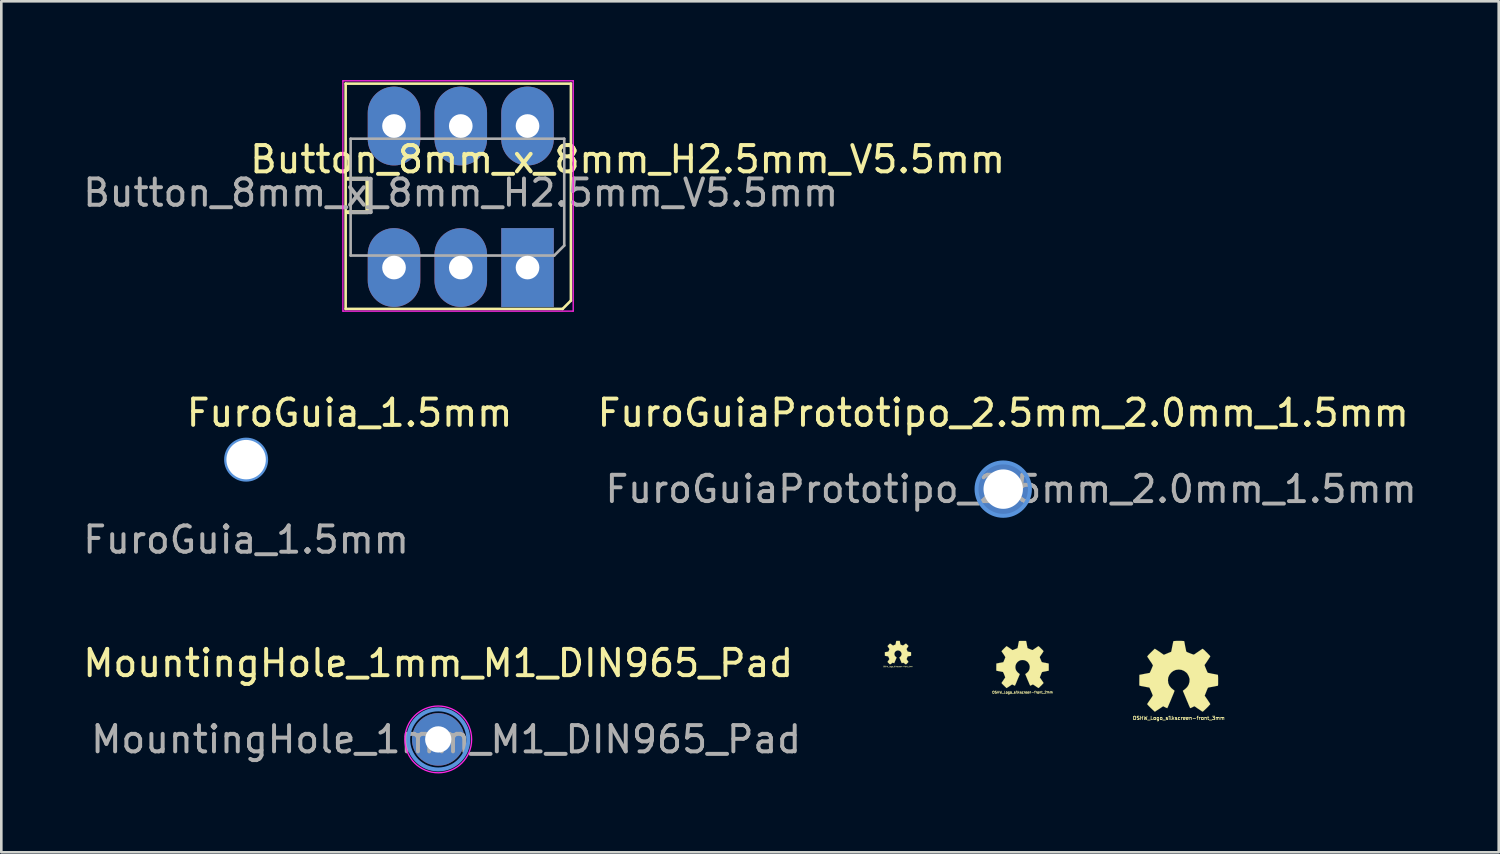
<source format=kicad_pcb>
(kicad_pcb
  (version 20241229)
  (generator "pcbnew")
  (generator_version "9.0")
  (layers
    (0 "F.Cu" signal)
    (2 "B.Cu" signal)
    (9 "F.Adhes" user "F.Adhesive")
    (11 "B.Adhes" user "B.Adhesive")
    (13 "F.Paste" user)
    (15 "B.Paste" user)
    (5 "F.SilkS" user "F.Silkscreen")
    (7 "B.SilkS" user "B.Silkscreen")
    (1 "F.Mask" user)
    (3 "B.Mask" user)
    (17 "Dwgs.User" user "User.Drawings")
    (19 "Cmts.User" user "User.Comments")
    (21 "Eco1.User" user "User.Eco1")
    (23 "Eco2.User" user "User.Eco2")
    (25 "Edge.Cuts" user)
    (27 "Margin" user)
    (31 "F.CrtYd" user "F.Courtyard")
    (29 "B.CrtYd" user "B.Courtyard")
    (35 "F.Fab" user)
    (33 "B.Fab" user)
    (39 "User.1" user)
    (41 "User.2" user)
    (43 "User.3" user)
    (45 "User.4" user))
  (footprint "OSHW_Logo_silkscreen-front_3mm"
    (layer "F.Cu")
    (at 41.799 22.683)
    (property "Reference" "OSHW_Logo_silkscreen-front_3mm" (at 0 1.59 0) (layer "F.SilkS") (effects (font (size 0.135 0.135) (thickness 0.025))))
    (attr through_hole)
    (fp_poly (pts (xy -0.909 1.346) (xy -0.892 1.339) (xy -0.859 1.316) (xy -0.808 1.283) (xy -0.749 1.245) (xy -0.688 1.204) (xy -0.64 1.171) (xy -0.605 1.148) (xy -0.592 1.14) (xy -0.584 1.143) (xy -0.556 1.158) (xy -0.516 1.179) (xy -0.49 1.191) (xy -0.452 1.206) (xy -0.434 1.212) (xy -0.432 1.206) (xy -0.417 1.176) (xy -0.396 1.128) (xy -0.368 1.062) (xy -0.335 0.986) (xy -0.3 0.904) (xy -0.267 0.82) (xy -0.234 0.742) (xy -0.203 0.668) (xy -0.18 0.61) (xy -0.165 0.569) (xy -0.157 0.551) (xy -0.16 0.549) (xy -0.178 0.531) (xy -0.211 0.505) (xy -0.282 0.447) (xy -0.353 0.361) (xy -0.396 0.262) (xy -0.409 0.15) (xy -0.399 0.048) (xy -0.358 -0.048) (xy -0.29 -0.137) (xy -0.206 -0.203) (xy -0.109 -0.244) (xy 0 -0.257) (xy 0.104 -0.246) (xy 0.203 -0.206) (xy 0.292 -0.14) (xy 0.33 -0.097) (xy 0.381 -0.005) (xy 0.411 0.089) (xy 0.414 0.112) (xy 0.409 0.218) (xy 0.378 0.32) (xy 0.323 0.409) (xy 0.246 0.483) (xy 0.236 0.49) (xy 0.201 0.518) (xy 0.175 0.536) (xy 0.157 0.551) (xy 0.292 0.874) (xy 0.312 0.925) (xy 0.351 1.013) (xy 0.381 1.09) (xy 0.409 1.151) (xy 0.427 1.191) (xy 0.434 1.206) (xy 0.447 1.209) (xy 0.47 1.201) (xy 0.516 1.179) (xy 0.546 1.163) (xy 0.579 1.148) (xy 0.594 1.14) (xy 0.61 1.148) (xy 0.643 1.168) (xy 0.688 1.201) (xy 0.747 1.24) (xy 0.803 1.278) (xy 0.853 1.311) (xy 0.889 1.336) (xy 0.907 1.344) (xy 0.909 1.344) (xy 0.927 1.336) (xy 0.955 1.311) (xy 0.998 1.27) (xy 1.062 1.209) (xy 1.072 1.199) (xy 1.123 1.148) (xy 1.163 1.102) (xy 1.191 1.072) (xy 1.201 1.059) (xy 1.191 1.041) (xy 1.168 1.003) (xy 1.135 0.953) (xy 1.095 0.892) (xy 0.988 0.737) (xy 1.046 0.592) (xy 1.064 0.546) (xy 1.087 0.49) (xy 1.105 0.452) (xy 1.113 0.434) (xy 1.13 0.429) (xy 1.168 0.419) (xy 1.227 0.409) (xy 1.298 0.396) (xy 1.364 0.384) (xy 1.422 0.371) (xy 1.466 0.363) (xy 1.486 0.361) (xy 1.491 0.356) (xy 1.494 0.348) (xy 1.496 0.328) (xy 1.499 0.29) (xy 1.499 0.234) (xy 1.499 0.15) (xy 1.499 0.142) (xy 1.499 0.064) (xy 1.496 0) (xy 1.494 -0.038) (xy 1.491 -0.056) (xy 1.473 -0.061) (xy 1.43 -0.069) (xy 1.372 -0.081) (xy 1.3 -0.094) (xy 1.295 -0.094) (xy 1.224 -0.109) (xy 1.166 -0.122) (xy 1.123 -0.13) (xy 1.105 -0.137) (xy 1.102 -0.142) (xy 1.087 -0.17) (xy 1.067 -0.213) (xy 1.044 -0.267) (xy 1.021 -0.323) (xy 1.001 -0.373) (xy 0.988 -0.409) (xy 0.983 -0.427) (xy 0.993 -0.445) (xy 1.019 -0.48) (xy 1.054 -0.531) (xy 1.095 -0.592) (xy 1.097 -0.597) (xy 1.138 -0.658) (xy 1.171 -0.709) (xy 1.194 -0.744) (xy 1.201 -0.759) (xy 1.201 -0.762) (xy 1.189 -0.78) (xy 1.158 -0.813) (xy 1.113 -0.859) (xy 1.062 -0.912) (xy 1.044 -0.927) (xy 0.986 -0.986) (xy 0.945 -1.021) (xy 0.919 -1.041) (xy 0.909 -1.046) (xy 0.907 -1.046) (xy 0.889 -1.036) (xy 0.851 -1.011) (xy 0.8 -0.975) (xy 0.739 -0.935) (xy 0.737 -0.932) (xy 0.676 -0.892) (xy 0.625 -0.856) (xy 0.589 -0.833) (xy 0.574 -0.826) (xy 0.572 -0.826) (xy 0.549 -0.831) (xy 0.505 -0.846) (xy 0.452 -0.866) (xy 0.396 -0.889) (xy 0.345 -0.909) (xy 0.31 -0.927) (xy 0.292 -0.937) (xy 0.29 -0.937) (xy 0.284 -0.96) (xy 0.274 -1.006) (xy 0.262 -1.067) (xy 0.246 -1.14) (xy 0.244 -1.151) (xy 0.231 -1.224) (xy 0.221 -1.283) (xy 0.211 -1.323) (xy 0.208 -1.341) (xy 0.198 -1.341) (xy 0.163 -1.344) (xy 0.109 -1.346) (xy 0.043 -1.346) (xy -0.023 -1.346) (xy -0.089 -1.346) (xy -0.145 -1.344) (xy -0.185 -1.341) (xy -0.203 -1.336) (xy -0.208 -1.313) (xy -0.218 -1.27) (xy -0.231 -1.206) (xy -0.246 -1.133) (xy -0.249 -1.12) (xy -0.262 -1.049) (xy -0.274 -0.991) (xy -0.282 -0.95) (xy -0.287 -0.935) (xy -0.292 -0.932) (xy -0.323 -0.917) (xy -0.371 -0.899) (xy -0.429 -0.874) (xy -0.566 -0.818) (xy -0.734 -0.935) (xy -0.749 -0.945) (xy -0.81 -0.986) (xy -0.861 -1.019) (xy -0.897 -1.041) (xy -0.909 -1.049) (xy -0.912 -1.049) (xy -0.927 -1.034) (xy -0.96 -1.003) (xy -1.006 -0.958) (xy -1.059 -0.907) (xy -1.1 -0.866) (xy -1.146 -0.82) (xy -1.173 -0.787) (xy -1.191 -0.767) (xy -1.196 -0.754) (xy -1.194 -0.747) (xy -1.184 -0.729) (xy -1.158 -0.693) (xy -1.125 -0.64) (xy -1.085 -0.582) (xy -1.049 -0.531) (xy -1.013 -0.475) (xy -0.991 -0.434) (xy -0.98 -0.417) (xy -0.983 -0.406) (xy -0.996 -0.373) (xy -1.016 -0.325) (xy -1.041 -0.264) (xy -1.1 -0.132) (xy -1.186 -0.114) (xy -1.24 -0.104) (xy -1.313 -0.091) (xy -1.384 -0.076) (xy -1.496 -0.056) (xy -1.499 0.348) (xy -1.481 0.356) (xy -1.466 0.361) (xy -1.425 0.371) (xy -1.367 0.381) (xy -1.298 0.394) (xy -1.237 0.406) (xy -1.179 0.417) (xy -1.135 0.424) (xy -1.118 0.429) (xy -1.113 0.434) (xy -1.097 0.465) (xy -1.077 0.511) (xy -1.054 0.564) (xy -1.029 0.622) (xy -1.008 0.673) (xy -0.993 0.714) (xy -0.988 0.734) (xy -0.996 0.749) (xy -1.019 0.785) (xy -1.052 0.836) (xy -1.092 0.894) (xy -1.133 0.953) (xy -1.166 1.003) (xy -1.191 1.039) (xy -1.199 1.057) (xy -1.194 1.067) (xy -1.171 1.095) (xy -1.128 1.14) (xy -1.062 1.206) (xy -1.049 1.217) (xy -0.998 1.267) (xy -0.953 1.308) (xy -0.922 1.336) (xy -0.909 1.346)) (stroke (width 0.003) (type solid)) (fill yes) (layer "F.SilkS")))
  (footprint "FuroGuia_1.5mm"
    (layer "F.Cu")
    (at 6.315 14.439)
    (property "Reference" "FuroGuia_1.5mm" (at 3.937 -1.778 0) (layer "F.SilkS") (effects (font (size 1 1) (thickness 0.15))))
    (attr exclude_from_pos_files exclude_from_bom)
    (fp_circle (center 0 0) (end 0.762 0) (stroke (width 0.15) (type solid)) (fill no) (layer "Cmts.User"))
    (fp_circle (center 0 0) (end 0.762 -0.127) (stroke (width 0.05) (type solid)) (fill no) (layer "F.CrtYd"))
    (fp_text user "${REFERENCE}" (at 0 3.048 0) (layer "F.Fab") (effects (font (size 1 1) (thickness 0.15))))
    (pad "" np_thru_hole circle (at 0 0) (size 1.5 1.5) (drill 1.5) (layers "*.Cu" "*.Mask")))
  (footprint "Button_8mm_x_8mm_H2.5mm_V5.5mm"
    (layer "F.Cu")
    (at 14.482 4.285)
    (property "Reference" "Button_8mm_x_8mm_H2.5mm_V5.5mm" (at 6.35 -1.27 0) (layer "F.SilkS") (effects (font (size 1 1) (thickness 0.15))))
    (attr through_hole)
    (fp_line (start -4.381 -4.153) (end -4.381 4.42) (stroke (width 0.1) (type solid)) (layer "F.SilkS"))
    (fp_line (start -4.318 -0.533) (end -3.556 -0.533) (stroke (width 0.15) (type solid)) (layer "F.SilkS"))
    (fp_line (start -3.556 -0.533) (end -3.556 0.737) (stroke (width 0.15) (type solid)) (layer "F.SilkS"))
    (fp_line (start -3.556 0.737) (end -4.318 0.737) (stroke (width 0.15) (type solid)) (layer "F.SilkS"))
    (fp_line (start 3.873 4.42) (end -4.381 4.42) (stroke (width 0.1) (type solid)) (layer "F.SilkS"))
    (fp_line (start 4.191 -4.153) (end -4.381 -4.153) (stroke (width 0.1) (type solid)) (layer "F.SilkS"))
    (fp_line (start 4.191 -4.153) (end 4.191 4.102) (stroke (width 0.1) (type solid)) (layer "F.SilkS"))
    (fp_line (start 4.191 4.102) (end 3.873 4.42) (stroke (width 0.1) (type solid)) (layer "F.SilkS"))
    (fp_line (start -4.485 -4.26) (end -4.485 4.503) (stroke (width 0.05) (type solid)) (layer "F.CrtYd"))
    (fp_line (start -4.485 4.503) (end 4.278 4.503) (stroke (width 0.05) (type solid)) (layer "F.CrtYd"))
    (fp_line (start 4.278 -4.26) (end -4.485 -4.26) (stroke (width 0.05) (type solid)) (layer "F.CrtYd"))
    (fp_line (start 4.278 -4.26) (end 4.278 4.503) (stroke (width 0.05) (type solid)) (layer "F.CrtYd"))
    (fp_line (start -4.191 -0.533) (end -3.429 -0.533) (stroke (width 0.15) (type solid)) (layer "F.Fab"))
    (fp_line (start -4.191 2.388) (end -4.191 -2.057) (stroke (width 0.1) (type solid)) (layer "F.Fab"))
    (fp_line (start -4.191 2.388) (end 3.556 2.388) (stroke (width 0.1) (type solid)) (layer "F.Fab"))
    (fp_line (start -3.429 -0.533) (end -3.429 0.737) (stroke (width 0.15) (type solid)) (layer "F.Fab"))
    (fp_line (start -3.429 0.737) (end -4.191 0.737) (stroke (width 0.15) (type solid)) (layer "F.Fab"))
    (fp_line (start 3.556 2.388) (end 3.937 2.007) (stroke (width 0.1) (type solid)) (layer "F.Fab"))
    (fp_line (start 3.937 -2.057) (end -4.191 -2.057) (stroke (width 0.1) (type solid)) (layer "F.Fab"))
    (fp_line (start 3.937 -2.057) (end 3.937 2.007) (stroke (width 0.1) (type solid)) (layer "F.Fab"))
    (fp_text user "${REFERENCE}" (at 0 0 0) (layer "F.Fab") (effects (font (size 1 1) (thickness 0.15))))
    (pad "1" thru_hole rect (at 2.54 2.845) (size 2 3) (drill 0.9) (layers "*.Cu" "*.Mask"))
    (pad "2" thru_hole oval (at 0 2.845) (size 2 3) (drill 0.9) (layers "*.Cu" "*.Mask"))
    (pad "3" thru_hole oval (at -2.54 2.845) (size 2 3) (drill 0.9) (layers "*.Cu" "*.Mask"))
    (pad "4" thru_hole oval (at 2.54 -2.54) (size 2 3) (drill 0.9) (layers "*.Cu" "*.Mask"))
    (pad "5" thru_hole oval (at 0 -2.54) (size 2 3) (drill 0.9) (layers "*.Cu" "*.Mask"))
    (pad "6" thru_hole oval (at -2.54 -2.54) (size 2 3) (drill 0.9) (layers "*.Cu" "*.Mask")))
  (footprint "FuroGuiaPrototipo_2.5mm_2.0mm_1.5mm"
    (layer "F.Cu")
    (at 35.122 15.561)
    (property "Reference" "FuroGuiaPrototipo_2.5mm_2.0mm_1.5mm" (at 0 -2.9 0) (layer "F.SilkS") (effects (font (size 1 1) (thickness 0.15))))
    (attr through_hole)
    (fp_circle (center 0 0) (end 1.016 0) (stroke (width 0.15) (type solid)) (fill no) (layer "Cmts.User"))
    (fp_circle (center 0 0) (end 1.016 -0.127) (stroke (width 0.05) (type solid)) (fill no) (layer "F.CrtYd"))
    (fp_text user "${REFERENCE}" (at 0.3 0 0) (layer "F.Fab") (effects (font (size 1 1) (thickness 0.15))))
    (pad "" thru_hole circle (at 0 0) (size 2 2) (drill 1.5) (layers "*.Cu" "*.Mask")))
  (footprint "MountingHole_1mm_M1_DIN965_Pad"
    (layer "F.Cu")
    (at 13.625 25.084)
    (property "Reference" "MountingHole_1mm_M1_DIN965_Pad" (at 0 -2.9 0) (layer "F.SilkS") (effects (font (size 1 1) (thickness 0.15))))
    (attr exclude_from_pos_files exclude_from_bom)
    (fp_circle (center 0 0) (end 1.143 0) (stroke (width 0.15) (type solid)) (fill no) (layer "Cmts.User"))
    (fp_circle (center 0 0) (end 1.27 0) (stroke (width 0.05) (type solid)) (fill no) (layer "F.CrtYd"))
    (fp_text user "${REFERENCE}" (at 0.3 0 0) (layer "F.Fab") (effects (font (size 1 1) (thickness 0.15))))
    (pad "1" thru_hole circle (at 0 0) (size 2 2) (drill 1) (layers "*.Cu" "*.Mask")))
  (footprint "OSHW_Logo_silkscreen-front_1mm"
    (layer "F.Cu")
    (at 31.117 21.784)
    (property "Reference" "OSHW_Logo_silkscreen-front_1mm" (at 0 0.528 0) (layer "F.SilkS") (effects (font (size 0.043 0.043) (thickness 0.008))))
    (attr through_hole)
    (fp_poly (pts (xy -0.302 0.447) (xy -0.297 0.445) (xy -0.284 0.437) (xy -0.269 0.427) (xy -0.249 0.414) (xy -0.229 0.401) (xy -0.213 0.389) (xy -0.201 0.381) (xy -0.196 0.378) (xy -0.193 0.381) (xy -0.185 0.386) (xy -0.17 0.391) (xy -0.163 0.396) (xy -0.15 0.401) (xy -0.145 0.404) (xy -0.142 0.401) (xy -0.137 0.391) (xy -0.132 0.376) (xy -0.122 0.353) (xy -0.112 0.328) (xy -0.099 0.3) (xy -0.089 0.272) (xy -0.076 0.246) (xy -0.066 0.221) (xy -0.058 0.203) (xy -0.053 0.188) (xy -0.051 0.183) (xy -0.053 0.183) (xy -0.058 0.175) (xy -0.069 0.168) (xy -0.094 0.147) (xy -0.117 0.119) (xy -0.132 0.086) (xy -0.135 0.048) (xy -0.132 0.015) (xy -0.119 -0.015) (xy -0.097 -0.046) (xy -0.069 -0.066) (xy -0.036 -0.081) (xy 0 -0.084) (xy 0.033 -0.081) (xy 0.066 -0.069) (xy 0.097 -0.046) (xy 0.109 -0.03) (xy 0.127 0) (xy 0.137 0.028) (xy 0.137 0.036) (xy 0.135 0.071) (xy 0.124 0.107) (xy 0.107 0.135) (xy 0.081 0.16) (xy 0.079 0.163) (xy 0.066 0.173) (xy 0.058 0.178) (xy 0.051 0.183) (xy 0.097 0.29) (xy 0.104 0.307) (xy 0.117 0.338) (xy 0.127 0.363) (xy 0.135 0.384) (xy 0.142 0.396) (xy 0.145 0.401) (xy 0.147 0.401) (xy 0.155 0.399) (xy 0.17 0.391) (xy 0.18 0.386) (xy 0.193 0.381) (xy 0.198 0.378) (xy 0.203 0.381) (xy 0.213 0.389) (xy 0.229 0.399) (xy 0.249 0.411) (xy 0.267 0.424) (xy 0.284 0.437) (xy 0.295 0.445) (xy 0.302 0.447) (xy 0.307 0.445) (xy 0.318 0.437) (xy 0.333 0.422) (xy 0.353 0.401) (xy 0.356 0.399) (xy 0.373 0.381) (xy 0.386 0.366) (xy 0.396 0.356) (xy 0.399 0.353) (xy 0.396 0.345) (xy 0.389 0.333) (xy 0.378 0.318) (xy 0.363 0.297) (xy 0.328 0.244) (xy 0.348 0.196) (xy 0.353 0.18) (xy 0.361 0.163) (xy 0.368 0.15) (xy 0.371 0.145) (xy 0.376 0.142) (xy 0.389 0.14) (xy 0.409 0.135) (xy 0.432 0.132) (xy 0.455 0.127) (xy 0.472 0.122) (xy 0.488 0.119) (xy 0.495 0.119) (xy 0.495 0.117) (xy 0.498 0.114) (xy 0.498 0.109) (xy 0.498 0.097) (xy 0.498 0.076) (xy 0.498 0.048) (xy 0.498 0.046) (xy 0.498 0.02) (xy 0.498 0) (xy 0.498 -0.013) (xy 0.495 -0.018) (xy 0.49 -0.02) (xy 0.475 -0.023) (xy 0.457 -0.025) (xy 0.432 -0.03) (xy 0.406 -0.036) (xy 0.389 -0.041) (xy 0.373 -0.043) (xy 0.368 -0.046) (xy 0.366 -0.046) (xy 0.361 -0.056) (xy 0.356 -0.071) (xy 0.348 -0.089) (xy 0.34 -0.107) (xy 0.333 -0.124) (xy 0.328 -0.135) (xy 0.328 -0.142) (xy 0.33 -0.147) (xy 0.338 -0.16) (xy 0.351 -0.175) (xy 0.363 -0.196) (xy 0.366 -0.198) (xy 0.378 -0.218) (xy 0.389 -0.236) (xy 0.396 -0.246) (xy 0.399 -0.251) (xy 0.399 -0.254) (xy 0.396 -0.259) (xy 0.386 -0.269) (xy 0.371 -0.284) (xy 0.353 -0.302) (xy 0.348 -0.307) (xy 0.328 -0.328) (xy 0.315 -0.34) (xy 0.305 -0.345) (xy 0.302 -0.348) (xy 0.295 -0.345) (xy 0.282 -0.335) (xy 0.267 -0.325) (xy 0.246 -0.31) (xy 0.244 -0.31) (xy 0.224 -0.297) (xy 0.208 -0.284) (xy 0.196 -0.277) (xy 0.191 -0.274) (xy 0.183 -0.277) (xy 0.168 -0.282) (xy 0.15 -0.287) (xy 0.132 -0.295) (xy 0.114 -0.302) (xy 0.102 -0.307) (xy 0.097 -0.312) (xy 0.094 -0.32) (xy 0.091 -0.335) (xy 0.086 -0.356) (xy 0.081 -0.378) (xy 0.081 -0.384) (xy 0.076 -0.406) (xy 0.074 -0.427) (xy 0.069 -0.439) (xy 0.069 -0.447) (xy 0.066 -0.447) (xy 0.053 -0.447) (xy 0.036 -0.447) (xy 0.013 -0.447) (xy -0.008 -0.447) (xy -0.028 -0.447) (xy -0.048 -0.447) (xy -0.061 -0.447) (xy -0.066 -0.445) (xy -0.069 -0.437) (xy -0.071 -0.422) (xy -0.076 -0.401) (xy -0.081 -0.376) (xy -0.081 -0.373) (xy -0.086 -0.348) (xy -0.091 -0.33) (xy -0.094 -0.315) (xy -0.094 -0.31) (xy -0.097 -0.31) (xy -0.107 -0.305) (xy -0.122 -0.3) (xy -0.142 -0.29) (xy -0.188 -0.272) (xy -0.244 -0.31) (xy -0.249 -0.315) (xy -0.269 -0.328) (xy -0.287 -0.338) (xy -0.297 -0.345) (xy -0.302 -0.348) (xy -0.307 -0.343) (xy -0.32 -0.333) (xy -0.335 -0.318) (xy -0.353 -0.302) (xy -0.366 -0.287) (xy -0.381 -0.272) (xy -0.391 -0.262) (xy -0.396 -0.254) (xy -0.399 -0.251) (xy -0.396 -0.249) (xy -0.394 -0.241) (xy -0.386 -0.231) (xy -0.373 -0.213) (xy -0.361 -0.193) (xy -0.348 -0.175) (xy -0.338 -0.157) (xy -0.33 -0.145) (xy -0.325 -0.137) (xy -0.328 -0.135) (xy -0.33 -0.124) (xy -0.338 -0.107) (xy -0.345 -0.086) (xy -0.366 -0.043) (xy -0.394 -0.038) (xy -0.411 -0.033) (xy -0.437 -0.03) (xy -0.46 -0.025) (xy -0.498 -0.018) (xy -0.498 0.114) (xy -0.493 0.117) (xy -0.488 0.119) (xy -0.475 0.122) (xy -0.455 0.127) (xy -0.432 0.13) (xy -0.411 0.135) (xy -0.391 0.137) (xy -0.378 0.14) (xy -0.371 0.142) (xy -0.371 0.145) (xy -0.366 0.155) (xy -0.358 0.17) (xy -0.351 0.188) (xy -0.343 0.206) (xy -0.335 0.224) (xy -0.33 0.236) (xy -0.328 0.244) (xy -0.33 0.249) (xy -0.338 0.262) (xy -0.351 0.277) (xy -0.363 0.297) (xy -0.376 0.318) (xy -0.389 0.333) (xy -0.396 0.345) (xy -0.399 0.351) (xy -0.396 0.356) (xy -0.389 0.363) (xy -0.376 0.378) (xy -0.353 0.401) (xy -0.348 0.404) (xy -0.333 0.422) (xy -0.318 0.434) (xy -0.307 0.445) (xy -0.302 0.447)) (stroke (width 0.003) (type solid)) (fill yes) (layer "F.SilkS")))
  (footprint "OSHW_Logo_silkscreen-front_2mm"
    (layer "F.Cu")
    (at 35.856 22.233)
    (property "Reference" "OSHW_Logo_silkscreen-front_2mm" (at 0 1.059 0) (layer "F.SilkS") (effects (font (size 0.089 0.089) (thickness 0.018))))
    (attr through_hole)
    (fp_poly (pts (xy -0.605 0.897) (xy -0.594 0.892) (xy -0.572 0.876) (xy -0.538 0.856) (xy -0.498 0.828) (xy -0.46 0.803) (xy -0.427 0.78) (xy -0.404 0.765) (xy -0.394 0.759) (xy -0.389 0.762) (xy -0.371 0.772) (xy -0.343 0.785) (xy -0.328 0.792) (xy -0.302 0.805) (xy -0.29 0.808) (xy -0.287 0.803) (xy -0.277 0.785) (xy -0.264 0.752) (xy -0.244 0.709) (xy -0.224 0.658) (xy -0.201 0.602) (xy -0.178 0.546) (xy -0.155 0.493) (xy -0.135 0.445) (xy -0.119 0.406) (xy -0.109 0.378) (xy -0.104 0.368) (xy -0.107 0.366) (xy -0.119 0.353) (xy -0.14 0.338) (xy -0.188 0.297) (xy -0.234 0.239) (xy -0.264 0.173) (xy -0.272 0.099) (xy -0.264 0.033) (xy -0.239 -0.03) (xy -0.193 -0.091) (xy -0.137 -0.135) (xy -0.071 -0.163) (xy 0 -0.17) (xy 0.069 -0.163) (xy 0.135 -0.137) (xy 0.196 -0.091) (xy 0.218 -0.064) (xy 0.254 -0.003) (xy 0.274 0.058) (xy 0.274 0.074) (xy 0.272 0.145) (xy 0.251 0.213) (xy 0.216 0.272) (xy 0.163 0.323) (xy 0.157 0.328) (xy 0.132 0.345) (xy 0.117 0.356) (xy 0.104 0.366) (xy 0.193 0.582) (xy 0.208 0.617) (xy 0.234 0.676) (xy 0.254 0.726) (xy 0.272 0.767) (xy 0.284 0.792) (xy 0.29 0.805) (xy 0.297 0.805) (xy 0.312 0.8) (xy 0.343 0.785) (xy 0.363 0.775) (xy 0.386 0.765) (xy 0.396 0.759) (xy 0.406 0.765) (xy 0.427 0.78) (xy 0.46 0.8) (xy 0.498 0.826) (xy 0.533 0.851) (xy 0.569 0.874) (xy 0.592 0.889) (xy 0.605 0.897) (xy 0.607 0.897) (xy 0.617 0.889) (xy 0.638 0.874) (xy 0.665 0.846) (xy 0.706 0.805) (xy 0.714 0.8) (xy 0.747 0.765) (xy 0.775 0.734) (xy 0.795 0.714) (xy 0.8 0.706) (xy 0.795 0.693) (xy 0.78 0.668) (xy 0.757 0.635) (xy 0.729 0.594) (xy 0.658 0.49) (xy 0.699 0.394) (xy 0.709 0.363) (xy 0.724 0.328) (xy 0.737 0.302) (xy 0.742 0.29) (xy 0.752 0.287) (xy 0.78 0.279) (xy 0.818 0.272) (xy 0.864 0.264) (xy 0.909 0.254) (xy 0.947 0.246) (xy 0.978 0.241) (xy 0.991 0.239) (xy 0.993 0.236) (xy 0.996 0.231) (xy 0.998 0.218) (xy 0.998 0.193) (xy 0.998 0.155) (xy 0.998 0.099) (xy 0.998 0.094) (xy 0.998 0.041) (xy 0.998 0) (xy 0.996 -0.025) (xy 0.993 -0.036) (xy 0.98 -0.041) (xy 0.953 -0.046) (xy 0.914 -0.053) (xy 0.866 -0.064) (xy 0.864 -0.064) (xy 0.815 -0.071) (xy 0.777 -0.081) (xy 0.749 -0.086) (xy 0.737 -0.091) (xy 0.734 -0.094) (xy 0.724 -0.112) (xy 0.711 -0.142) (xy 0.696 -0.178) (xy 0.681 -0.213) (xy 0.665 -0.249) (xy 0.658 -0.272) (xy 0.655 -0.284) (xy 0.663 -0.295) (xy 0.678 -0.32) (xy 0.701 -0.353) (xy 0.729 -0.394) (xy 0.732 -0.399) (xy 0.759 -0.437) (xy 0.78 -0.472) (xy 0.795 -0.495) (xy 0.8 -0.505) (xy 0.8 -0.508) (xy 0.792 -0.518) (xy 0.772 -0.541) (xy 0.742 -0.572) (xy 0.706 -0.607) (xy 0.696 -0.617) (xy 0.658 -0.655) (xy 0.63 -0.681) (xy 0.612 -0.693) (xy 0.605 -0.699) (xy 0.605 -0.696) (xy 0.592 -0.691) (xy 0.566 -0.673) (xy 0.533 -0.65) (xy 0.493 -0.622) (xy 0.49 -0.62) (xy 0.45 -0.594) (xy 0.417 -0.572) (xy 0.394 -0.556) (xy 0.384 -0.549) (xy 0.381 -0.549) (xy 0.366 -0.554) (xy 0.335 -0.564) (xy 0.302 -0.577) (xy 0.264 -0.592) (xy 0.231 -0.607) (xy 0.206 -0.617) (xy 0.193 -0.625) (xy 0.188 -0.64) (xy 0.183 -0.671) (xy 0.173 -0.711) (xy 0.165 -0.759) (xy 0.163 -0.767) (xy 0.155 -0.815) (xy 0.147 -0.853) (xy 0.14 -0.881) (xy 0.137 -0.894) (xy 0.132 -0.894) (xy 0.107 -0.897) (xy 0.071 -0.897) (xy 0.028 -0.897) (xy -0.015 -0.897) (xy -0.058 -0.897) (xy -0.097 -0.894) (xy -0.122 -0.894) (xy -0.135 -0.892) (xy -0.135 -0.889) (xy -0.14 -0.876) (xy -0.145 -0.846) (xy -0.155 -0.805) (xy -0.163 -0.754) (xy -0.165 -0.747) (xy -0.173 -0.699) (xy -0.183 -0.66) (xy -0.188 -0.632) (xy -0.191 -0.622) (xy -0.196 -0.62) (xy -0.213 -0.612) (xy -0.246 -0.599) (xy -0.287 -0.582) (xy -0.378 -0.546) (xy -0.49 -0.622) (xy -0.5 -0.63) (xy -0.541 -0.658) (xy -0.574 -0.678) (xy -0.597 -0.693) (xy -0.607 -0.699) (xy -0.617 -0.688) (xy -0.64 -0.668) (xy -0.671 -0.638) (xy -0.706 -0.605) (xy -0.732 -0.577) (xy -0.762 -0.546) (xy -0.782 -0.526) (xy -0.792 -0.511) (xy -0.798 -0.503) (xy -0.795 -0.498) (xy -0.79 -0.485) (xy -0.772 -0.462) (xy -0.749 -0.427) (xy -0.721 -0.389) (xy -0.699 -0.353) (xy -0.676 -0.318) (xy -0.66 -0.29) (xy -0.653 -0.277) (xy -0.655 -0.272) (xy -0.663 -0.249) (xy -0.676 -0.216) (xy -0.693 -0.175) (xy -0.732 -0.086) (xy -0.79 -0.076) (xy -0.826 -0.069) (xy -0.876 -0.061) (xy -0.922 -0.051) (xy -0.996 -0.036) (xy -0.998 0.231) (xy -0.988 0.236) (xy -0.975 0.241) (xy -0.95 0.246) (xy -0.909 0.254) (xy -0.864 0.262) (xy -0.826 0.269) (xy -0.785 0.277) (xy -0.757 0.282) (xy -0.744 0.284) (xy -0.742 0.29) (xy -0.732 0.31) (xy -0.716 0.34) (xy -0.701 0.376) (xy -0.686 0.414) (xy -0.673 0.45) (xy -0.663 0.475) (xy -0.658 0.49) (xy -0.663 0.5) (xy -0.678 0.523) (xy -0.701 0.556) (xy -0.726 0.594) (xy -0.754 0.635) (xy -0.777 0.668) (xy -0.792 0.693) (xy -0.8 0.704) (xy -0.795 0.711) (xy -0.78 0.729) (xy -0.752 0.759) (xy -0.706 0.805) (xy -0.699 0.81) (xy -0.665 0.846) (xy -0.635 0.871) (xy -0.615 0.892) (xy -0.605 0.897)) (stroke (width 0.003) (type solid)) (fill yes) (layer "F.SilkS")))
  (gr_rect
    (start -3 -3)
    (end 53.975 29.379)
    (stroke (width 0.1) (type default))
    (fill no)
    (layer "Edge.Cuts")))
</source>
